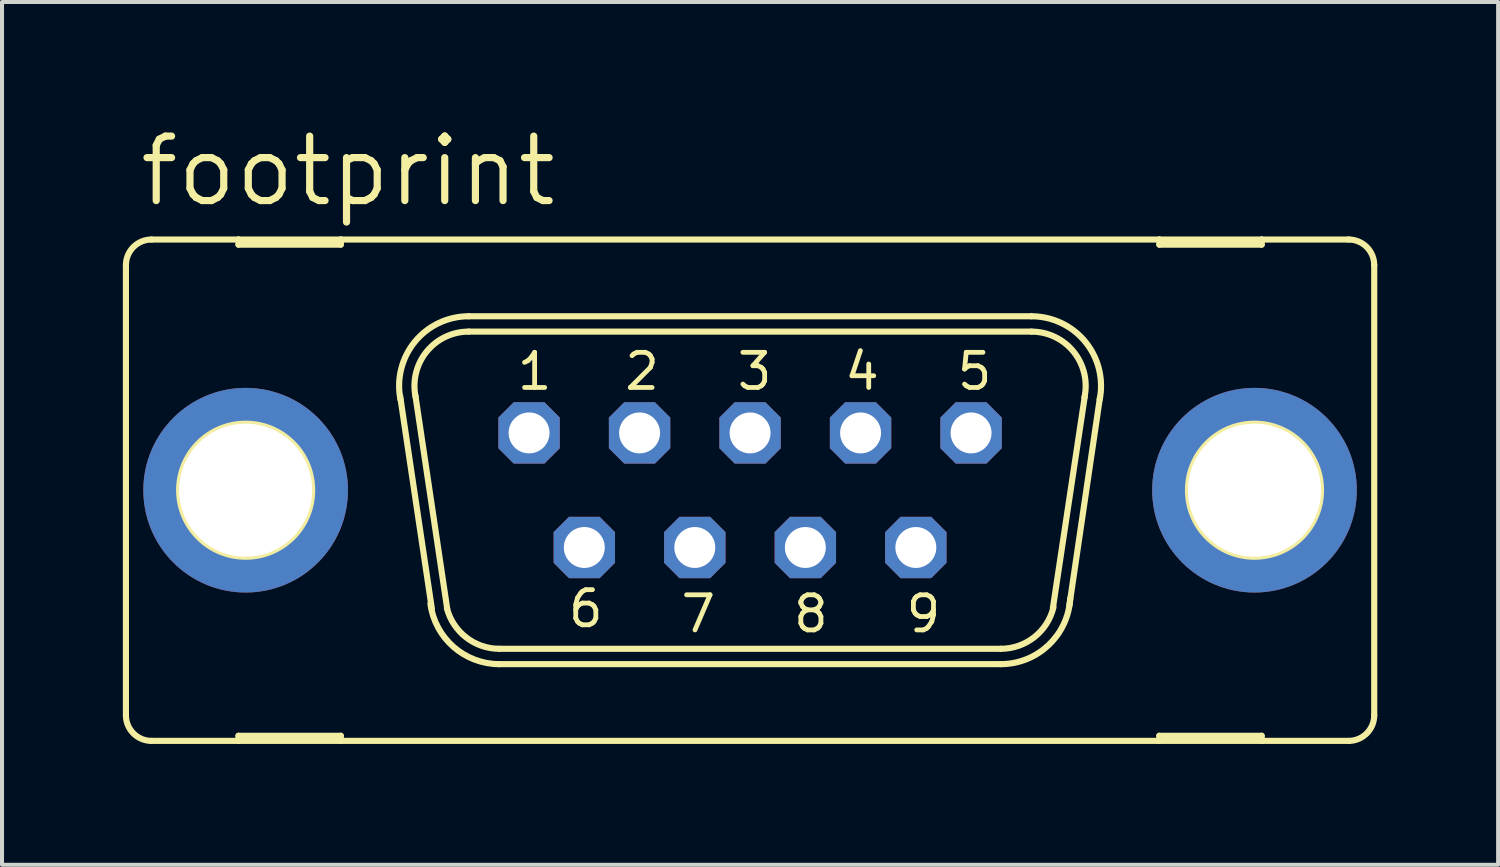
<source format=kicad_pcb>
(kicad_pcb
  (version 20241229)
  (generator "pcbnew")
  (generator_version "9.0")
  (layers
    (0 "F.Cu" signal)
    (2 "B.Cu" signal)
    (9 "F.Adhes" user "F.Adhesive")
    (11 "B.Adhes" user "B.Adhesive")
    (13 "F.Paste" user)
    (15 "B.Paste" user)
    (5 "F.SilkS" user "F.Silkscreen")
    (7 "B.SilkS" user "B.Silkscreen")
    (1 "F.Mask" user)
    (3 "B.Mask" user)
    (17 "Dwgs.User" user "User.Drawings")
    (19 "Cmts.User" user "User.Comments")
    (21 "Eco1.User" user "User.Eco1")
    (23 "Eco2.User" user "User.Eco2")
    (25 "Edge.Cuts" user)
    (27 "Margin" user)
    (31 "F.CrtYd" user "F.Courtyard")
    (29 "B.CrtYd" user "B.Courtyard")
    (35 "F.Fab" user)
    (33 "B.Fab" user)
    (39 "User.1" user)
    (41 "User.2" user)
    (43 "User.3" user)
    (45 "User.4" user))
  (footprint "footprint"
    (layer "F.Cu")
    (at 15.57 9.119)
    (property "Reference" "footprint" (at -15.24 -6.985 0) (layer "F.SilkS") (effects (font (size 1.6 1.6) (thickness 0.178)) (justify left bottom)))
    (fp_line (start -15.494 -5.588) (end -15.494 5.588) (stroke (width 0.152) (type solid)) (layer "F.SilkS"))
    (fp_line (start -14.859 6.223) (end -12.7 6.223) (stroke (width 0.152) (type solid)) (layer "F.SilkS"))
    (fp_line (start -12.7 -6.223) (end -14.859 -6.223) (stroke (width 0.152) (type solid)) (layer "F.SilkS"))
    (fp_line (start -12.7 -6.223) (end -12.7 -6.096) (stroke (width 0.152) (type solid)) (layer "F.SilkS"))
    (fp_line (start -12.7 -6.096) (end -10.16 -6.096) (stroke (width 0.152) (type solid)) (layer "F.SilkS"))
    (fp_line (start -12.7 6.096) (end -10.16 6.096) (stroke (width 0.152) (type solid)) (layer "F.SilkS"))
    (fp_line (start -12.7 6.223) (end -12.7 6.096) (stroke (width 0.152) (type solid)) (layer "F.SilkS"))
    (fp_line (start -12.7 6.223) (end -10.16 6.223) (stroke (width 0.152) (type solid)) (layer "F.SilkS"))
    (fp_line (start -10.16 -6.223) (end -12.7 -6.223) (stroke (width 0.152) (type solid)) (layer "F.SilkS"))
    (fp_line (start -10.16 -6.096) (end -10.16 -6.223) (stroke (width 0.152) (type solid)) (layer "F.SilkS"))
    (fp_line (start -10.16 6.096) (end -10.16 6.223) (stroke (width 0.152) (type solid)) (layer "F.SilkS"))
    (fp_line (start -10.16 6.223) (end 10.16 6.223) (stroke (width 0.152) (type solid)) (layer "F.SilkS"))
    (fp_line (start -7.899 2.946) (end -8.687 -2.337) (stroke (width 0.152) (type solid)) (layer "F.SilkS"))
    (fp_line (start -7.518 2.946) (end -8.306 -2.337) (stroke (width 0.152) (type solid)) (layer "F.SilkS"))
    (fp_line (start -6.985 -4.318) (end 6.985 -4.318) (stroke (width 0.152) (type solid)) (layer "F.SilkS"))
    (fp_line (start -6.985 -3.937) (end 6.985 -3.937) (stroke (width 0.152) (type solid)) (layer "F.SilkS"))
    (fp_line (start -6.223 3.937) (end 6.223 3.937) (stroke (width 0.152) (type solid)) (layer "F.SilkS"))
    (fp_line (start -6.223 4.318) (end 6.223 4.318) (stroke (width 0.152) (type solid)) (layer "F.SilkS"))
    (fp_line (start 8.306 -2.311) (end 7.518 2.921) (stroke (width 0.152) (type solid)) (layer "F.SilkS"))
    (fp_line (start 8.687 -2.311) (end 7.925 2.87) (stroke (width 0.152) (type solid)) (layer "F.SilkS"))
    (fp_line (start 10.16 -6.223) (end -10.16 -6.223) (stroke (width 0.152) (type solid)) (layer "F.SilkS"))
    (fp_line (start 10.16 -6.223) (end 10.16 -6.096) (stroke (width 0.152) (type solid)) (layer "F.SilkS"))
    (fp_line (start 10.16 -6.096) (end 12.7 -6.096) (stroke (width 0.152) (type solid)) (layer "F.SilkS"))
    (fp_line (start 10.16 6.096) (end 12.7 6.096) (stroke (width 0.152) (type solid)) (layer "F.SilkS"))
    (fp_line (start 10.16 6.223) (end 10.16 6.096) (stroke (width 0.152) (type solid)) (layer "F.SilkS"))
    (fp_line (start 10.16 6.223) (end 12.7 6.223) (stroke (width 0.152) (type solid)) (layer "F.SilkS"))
    (fp_line (start 12.7 -6.223) (end 10.16 -6.223) (stroke (width 0.152) (type solid)) (layer "F.SilkS"))
    (fp_line (start 12.7 -6.096) (end 12.7 -6.223) (stroke (width 0.152) (type solid)) (layer "F.SilkS"))
    (fp_line (start 12.7 6.096) (end 12.7 6.223) (stroke (width 0.152) (type solid)) (layer "F.SilkS"))
    (fp_line (start 12.7 6.223) (end 14.859 6.223) (stroke (width 0.152) (type solid)) (layer "F.SilkS"))
    (fp_line (start 14.859 -6.223) (end 12.7 -6.223) (stroke (width 0.152) (type solid)) (layer "F.SilkS"))
    (fp_line (start 15.494 -5.588) (end 15.494 5.588) (stroke (width 0.152) (type solid)) (layer "F.SilkS"))
    (fp_arc (start -15.494 -5.588) (mid -15.308013 -6.037013) (end -14.859 -6.223) (stroke (width 0.1524) (type solid)) (layer "F.SilkS"))
    (fp_arc (start -14.859 6.223) (mid -15.308013 6.037013) (end -15.494 5.588) (stroke (width 0.1524) (type solid)) (layer "F.SilkS"))
    (fp_arc (start -8.6787 -2.2521) (mid -8.320716 -3.685842) (end -6.984998 -4.318) (stroke (width 0.1524) (type solid)) (layer "F.SilkS"))
    (fp_arc (start -8.3051 -2.3268) (mid -8.026082 -3.444284) (end -6.985 -3.937) (stroke (width 0.1524) (type solid)) (layer "F.SilkS"))
    (fp_arc (start -6.223 3.937) (mid -7.0465 3.655745) (end -7.5259 2.9295) (stroke (width 0.1524) (type solid)) (layer "F.SilkS"))
    (fp_arc (start -6.222999 4.318001) (mid -7.360711 3.890313) (end -7.935 2.8191) (stroke (width 0.1524) (type solid)) (layer "F.SilkS"))
    (fp_arc (start 6.985 -4.318) (mid 8.320813 -3.685866) (end 8.678999 -2.252098) (stroke (width 0.1524) (type solid)) (layer "F.SilkS"))
    (fp_arc (start 6.985 -3.937) (mid 8.033557 -3.435183) (end 8.300499 -2.303798) (stroke (width 0.1524) (type solid)) (layer "F.SilkS"))
    (fp_arc (start 7.531701 2.904999) (mid 7.056257 3.647874) (end 6.223 3.937) (stroke (width 0.1524) (type solid)) (layer "F.SilkS"))
    (fp_arc (start 7.9473 2.6849) (mid 7.410366 3.844828) (end 6.223 4.318) (stroke (width 0.1524) (type solid)) (layer "F.SilkS"))
    (fp_arc (start 14.859 -6.223) (mid 15.308013 -6.037013) (end 15.494 -5.588) (stroke (width 0.1524) (type solid)) (layer "F.SilkS"))
    (fp_arc (start 15.494 5.588) (mid 15.308013 6.037013) (end 14.859 6.223) (stroke (width 0.1524) (type solid)) (layer "F.SilkS"))
    (fp_circle (center -12.522 0) (end -10.871 0) (stroke (width 0.152) (type solid)) (fill no) (layer "F.SilkS"))
    (fp_circle (center 12.522 0) (end 14.173 0) (stroke (width 0.152) (type solid)) (fill no) (layer "F.SilkS"))
    (fp_circle (center -5.486 -1.422) (end -5.232 -1.422) (stroke (width 0.406) (type solid)) (fill no) (layer "F.Fab"))
    (fp_circle (center -4.115 1.422) (end -3.861 1.422) (stroke (width 0.406) (type solid)) (fill no) (layer "F.Fab"))
    (fp_circle (center -2.743 -1.422) (end -2.489 -1.422) (stroke (width 0.406) (type solid)) (fill no) (layer "F.Fab"))
    (fp_circle (center -1.372 1.422) (end -1.118 1.422) (stroke (width 0.406) (type solid)) (fill no) (layer "F.Fab"))
    (fp_circle (center 0 -1.422) (end 0.254 -1.422) (stroke (width 0.406) (type solid)) (fill no) (layer "F.Fab"))
    (fp_circle (center 1.372 1.422) (end 1.626 1.422) (stroke (width 0.406) (type solid)) (fill no) (layer "F.Fab"))
    (fp_circle (center 2.743 -1.422) (end 2.997 -1.422) (stroke (width 0.406) (type solid)) (fill no) (layer "F.Fab"))
    (fp_circle (center 4.115 1.422) (end 4.369 1.422) (stroke (width 0.406) (type solid)) (fill no) (layer "F.Fab"))
    (fp_circle (center 5.486 -1.422) (end 5.74 -1.422) (stroke (width 0.406) (type solid)) (fill no) (layer "F.Fab"))
    (fp_text user "4" (at 2.286 -2.438 0) (layer "F.SilkS") (effects (font (size 0.872 0.872) (thickness 0.119)) (justify left bottom)))
    (fp_text user "6" (at -4.572 3.454 0) (layer "F.SilkS") (effects (font (size 0.872 0.872) (thickness 0.119)) (justify left bottom)))
    (fp_text user "5" (at 5.08 -2.438 0) (layer "F.SilkS") (effects (font (size 0.872 0.872) (thickness 0.119)) (justify left bottom)))
    (fp_text user "8" (at 1.016 3.581 0) (layer "F.SilkS") (effects (font (size 0.872 0.872) (thickness 0.119)) (justify left bottom)))
    (fp_text user "9" (at 3.81 3.581 0) (layer "F.SilkS") (effects (font (size 0.872 0.872) (thickness 0.119)) (justify left bottom)))
    (fp_text user "1" (at -5.842 -2.438 0) (layer "F.SilkS") (effects (font (size 0.872 0.872) (thickness 0.119)) (justify left bottom)))
    (fp_text user "3" (at -0.381 -2.438 0) (layer "F.SilkS") (effects (font (size 0.872 0.872) (thickness 0.119)) (justify left bottom)))
    (fp_text user "7" (at -1.778 3.581 0) (layer "F.SilkS") (effects (font (size 0.872 0.872) (thickness 0.119)) (justify left bottom)))
    (fp_text user "2" (at -3.175 -2.438 0) (layer "F.SilkS") (effects (font (size 0.872 0.872) (thickness 0.119)) (justify left bottom)))
    (pad "1" thru_hole roundrect (at -5.486 -1.422) (size 1.524 1.524) (drill 1.016) (layers "*.Cu" "*.Mask") (roundrect_rratio 0.25) (chamfer_ratio 0.25) (chamfer top_left top_right bottom_left bottom_right))
    (pad "2" thru_hole roundrect (at -2.743 -1.422) (size 1.524 1.524) (drill 1.016) (layers "*.Cu" "*.Mask") (roundrect_rratio 0.25) (chamfer_ratio 0.25) (chamfer top_left top_right bottom_left bottom_right))
    (pad "3" thru_hole roundrect (at 0 -1.422) (size 1.524 1.524) (drill 1.016) (layers "*.Cu" "*.Mask") (roundrect_rratio 0.25) (chamfer_ratio 0.25) (chamfer top_left top_right bottom_left bottom_right))
    (pad "4" thru_hole roundrect (at 2.743 -1.422) (size 1.524 1.524) (drill 1.016) (layers "*.Cu" "*.Mask") (roundrect_rratio 0.25) (chamfer_ratio 0.25) (chamfer top_left top_right bottom_left bottom_right))
    (pad "5" thru_hole roundrect (at 5.486 -1.422) (size 1.524 1.524) (drill 1.016) (layers "*.Cu" "*.Mask") (roundrect_rratio 0.25) (chamfer_ratio 0.25) (chamfer top_left top_right bottom_left bottom_right))
    (pad "6" thru_hole roundrect (at -4.115 1.422) (size 1.524 1.524) (drill 1.016) (layers "*.Cu" "*.Mask") (roundrect_rratio 0.25) (chamfer_ratio 0.25) (chamfer top_left top_right bottom_left bottom_right))
    (pad "7" thru_hole roundrect (at -1.372 1.422) (size 1.524 1.524) (drill 1.016) (layers "*.Cu" "*.Mask") (roundrect_rratio 0.25) (chamfer_ratio 0.25) (chamfer top_left top_right bottom_left bottom_right))
    (pad "8" thru_hole roundrect (at 1.372 1.422) (size 1.524 1.524) (drill 1.016) (layers "*.Cu" "*.Mask") (roundrect_rratio 0.25) (chamfer_ratio 0.25) (chamfer top_left top_right bottom_left bottom_right))
    (pad "9" thru_hole roundrect (at 4.115 1.422) (size 1.524 1.524) (drill 1.016) (layers "*.Cu" "*.Mask") (roundrect_rratio 0.25) (chamfer_ratio 0.25) (chamfer top_left top_right bottom_left bottom_right))
    (pad "G1" thru_hole circle (at -12.522 0) (size 5.08 5.08) (drill 3.302) (layers "*.Cu" "*.Mask"))
    (pad "G2" thru_hole circle (at 12.522 0) (size 5.08 5.08) (drill 3.302) (layers "*.Cu" "*.Mask")))
  (gr_rect
    (start -3 -3)
    (end 34.14 18.418)
    (stroke (width 0.1) (type default))
    (fill no)
    (layer "Edge.Cuts")))
</source>
